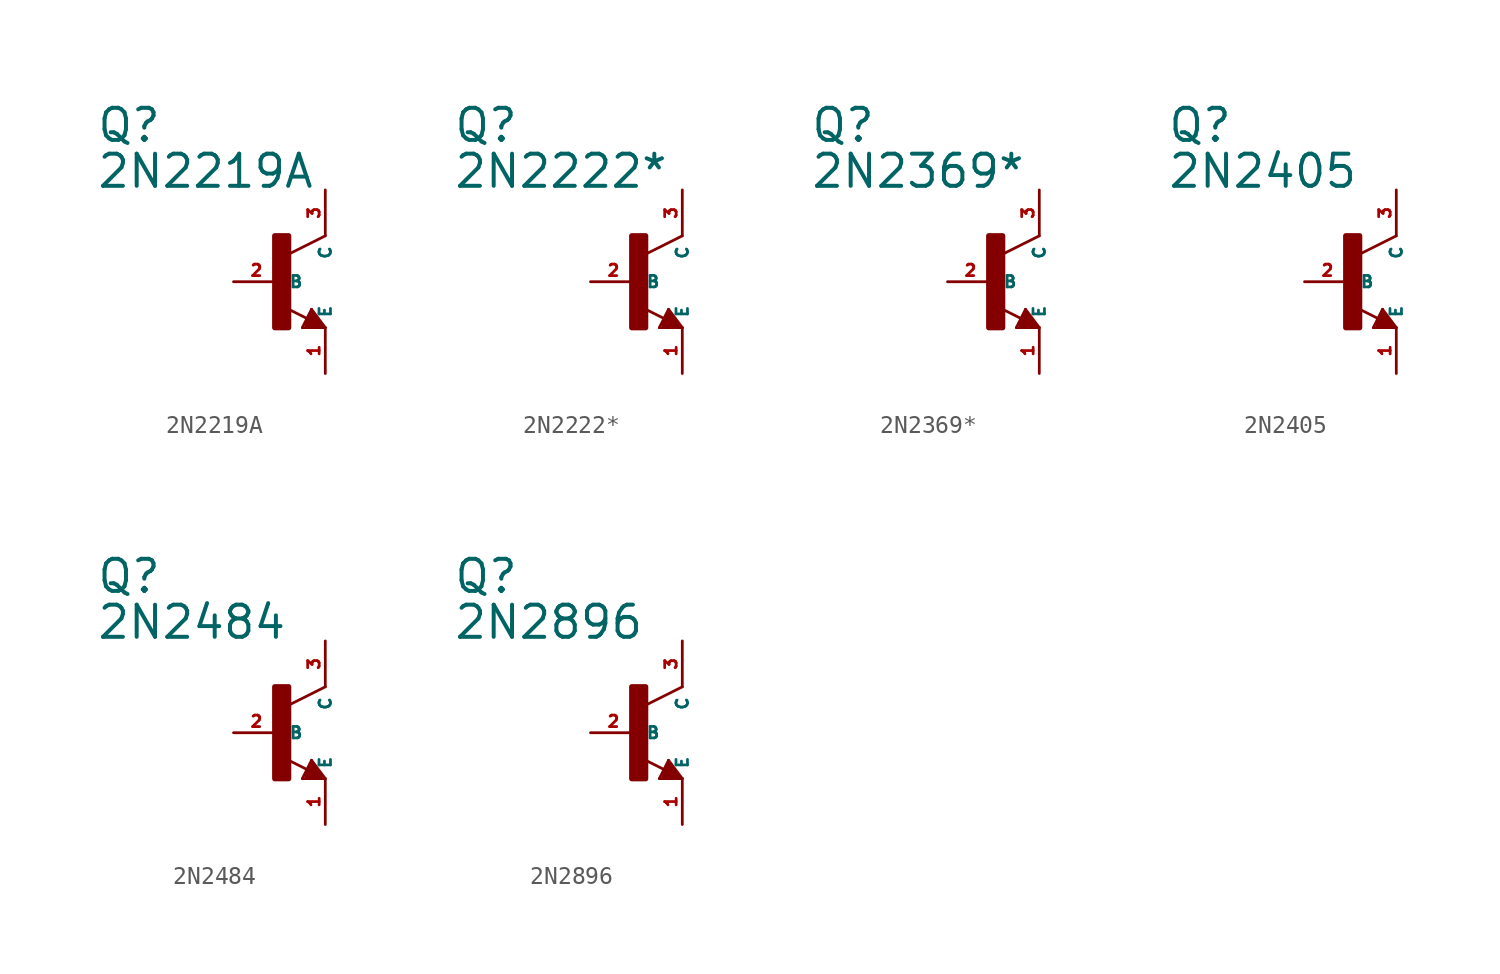
<source format=kicad_sym>
(kicad_symbol_lib
  (version 20220914)
  (generator Eagle2Kicad)
  (symbol "2N2219A"
    (property "Reference" "Q"
      (at -10.16 7.62 0)
      (effects (font (size 1.778 1.778) (thickness 0.22)) (justify left bottom)))
    (property "Value" "2N2219A"
      (at -10.16 5.08 0)
      (effects (font (size 1.778 1.778) (thickness 0.22)) (justify left bottom)))
    (polyline
      (pts (xy 2.54 2.54) (xy 0.508 1.524))
      (stroke (width 0.152) (type default))
      (fill (type none)))
    (polyline
      (pts (xy 1.778 -1.524) (xy 2.54 -2.54))
      (stroke (width 0.152) (type default))
      (fill (type none)))
    (polyline
      (pts (xy 2.54 -2.54) (xy 1.27 -2.54))
      (stroke (width 0.152) (type default))
      (fill (type none)))
    (polyline
      (pts (xy 1.27 -2.54) (xy 1.778 -1.524))
      (stroke (width 0.152) (type default))
      (fill (type none)))
    (polyline
      (pts (xy 1.54 -2.04) (xy 0.308 -1.424))
      (stroke (width 0.152) (type default))
      (fill (type none)))
    (polyline
      (pts (xy 1.524 -2.413) (xy 2.286 -2.413))
      (stroke (width 0.254) (type default))
      (fill (type none)))
    (polyline
      (pts (xy 2.286 -2.413) (xy 1.778 -1.778))
      (stroke (width 0.254) (type default))
      (fill (type none)))
    (polyline
      (pts (xy 1.778 -1.778) (xy 1.524 -2.286))
      (stroke (width 0.254) (type default))
      (fill (type none)))
    (polyline
      (pts (xy 1.524 -2.286) (xy 1.905 -2.286))
      (stroke (width 0.254) (type default))
      (fill (type none)))
    (polyline
      (pts (xy 1.905 -2.286) (xy 1.778 -2.032))
      (stroke (width 0.254) (type default))
      (fill (type none)))
    (rectangle
      (start -0.254 -2.54)
      (end 0.508 2.54)
      (stroke (width 0.3) (type default))
      (fill (type outline)))
    (pin passive line
      (at -2.54 0 0)
      (length 2.54)
      (name "B" (effects (font (size 0.635 0.635) (thickness 0.08)) (justify left bottom)))
      (number "2" (effects (font (size 0.635 0.635) (thickness 0.08)) (justify left bottom))))
    (pin passive line
      (at 2.54 -5.08 90)
      (length 2.54)
      (name "E" (effects (font (size 0.635 0.635) (thickness 0.08)) (justify left bottom)))
      (number "1" (effects (font (size 0.635 0.635) (thickness 0.08)) (justify left bottom))))
    (pin passive line
      (at 2.54 5.08 270)
      (length 2.54)
      (name "C" (effects (font (size 0.635 0.635) (thickness 0.08)) (justify left bottom)))
      (number "3" (effects (font (size 0.635 0.635) (thickness 0.08)) (justify left bottom)))))
  (symbol "2N2222*"
    (property "Reference" "Q"
      (at -10.16 7.62 0)
      (effects (font (size 1.778 1.778) (thickness 0.22)) (justify left bottom)))
    (property "Value" "2N2222*"
      (at -10.16 5.08 0)
      (effects (font (size 1.778 1.778) (thickness 0.22)) (justify left bottom)))
    (polyline
      (pts (xy 2.54 2.54) (xy 0.508 1.524))
      (stroke (width 0.152) (type default))
      (fill (type none)))
    (polyline
      (pts (xy 1.778 -1.524) (xy 2.54 -2.54))
      (stroke (width 0.152) (type default))
      (fill (type none)))
    (polyline
      (pts (xy 2.54 -2.54) (xy 1.27 -2.54))
      (stroke (width 0.152) (type default))
      (fill (type none)))
    (polyline
      (pts (xy 1.27 -2.54) (xy 1.778 -1.524))
      (stroke (width 0.152) (type default))
      (fill (type none)))
    (polyline
      (pts (xy 1.54 -2.04) (xy 0.308 -1.424))
      (stroke (width 0.152) (type default))
      (fill (type none)))
    (polyline
      (pts (xy 1.524 -2.413) (xy 2.286 -2.413))
      (stroke (width 0.254) (type default))
      (fill (type none)))
    (polyline
      (pts (xy 2.286 -2.413) (xy 1.778 -1.778))
      (stroke (width 0.254) (type default))
      (fill (type none)))
    (polyline
      (pts (xy 1.778 -1.778) (xy 1.524 -2.286))
      (stroke (width 0.254) (type default))
      (fill (type none)))
    (polyline
      (pts (xy 1.524 -2.286) (xy 1.905 -2.286))
      (stroke (width 0.254) (type default))
      (fill (type none)))
    (polyline
      (pts (xy 1.905 -2.286) (xy 1.778 -2.032))
      (stroke (width 0.254) (type default))
      (fill (type none)))
    (rectangle
      (start -0.254 -2.54)
      (end 0.508 2.54)
      (stroke (width 0.3) (type default))
      (fill (type outline)))
    (pin passive line
      (at -2.54 0 0)
      (length 2.54)
      (name "B" (effects (font (size 0.635 0.635) (thickness 0.08)) (justify left bottom)))
      (number "2" (effects (font (size 0.635 0.635) (thickness 0.08)) (justify left bottom))))
    (pin passive line
      (at 2.54 -5.08 90)
      (length 2.54)
      (name "E" (effects (font (size 0.635 0.635) (thickness 0.08)) (justify left bottom)))
      (number "1" (effects (font (size 0.635 0.635) (thickness 0.08)) (justify left bottom))))
    (pin passive line
      (at 2.54 5.08 270)
      (length 2.54)
      (name "C" (effects (font (size 0.635 0.635) (thickness 0.08)) (justify left bottom)))
      (number "3" (effects (font (size 0.635 0.635) (thickness 0.08)) (justify left bottom)))))
  (symbol "2N2369*"
    (property "Reference" "Q"
      (at -10.16 7.62 0)
      (effects (font (size 1.778 1.778) (thickness 0.22)) (justify left bottom)))
    (property "Value" "2N2369*"
      (at -10.16 5.08 0)
      (effects (font (size 1.778 1.778) (thickness 0.22)) (justify left bottom)))
    (polyline
      (pts (xy 2.54 2.54) (xy 0.508 1.524))
      (stroke (width 0.152) (type default))
      (fill (type none)))
    (polyline
      (pts (xy 1.778 -1.524) (xy 2.54 -2.54))
      (stroke (width 0.152) (type default))
      (fill (type none)))
    (polyline
      (pts (xy 2.54 -2.54) (xy 1.27 -2.54))
      (stroke (width 0.152) (type default))
      (fill (type none)))
    (polyline
      (pts (xy 1.27 -2.54) (xy 1.778 -1.524))
      (stroke (width 0.152) (type default))
      (fill (type none)))
    (polyline
      (pts (xy 1.54 -2.04) (xy 0.308 -1.424))
      (stroke (width 0.152) (type default))
      (fill (type none)))
    (polyline
      (pts (xy 1.524 -2.413) (xy 2.286 -2.413))
      (stroke (width 0.254) (type default))
      (fill (type none)))
    (polyline
      (pts (xy 2.286 -2.413) (xy 1.778 -1.778))
      (stroke (width 0.254) (type default))
      (fill (type none)))
    (polyline
      (pts (xy 1.778 -1.778) (xy 1.524 -2.286))
      (stroke (width 0.254) (type default))
      (fill (type none)))
    (polyline
      (pts (xy 1.524 -2.286) (xy 1.905 -2.286))
      (stroke (width 0.254) (type default))
      (fill (type none)))
    (polyline
      (pts (xy 1.905 -2.286) (xy 1.778 -2.032))
      (stroke (width 0.254) (type default))
      (fill (type none)))
    (rectangle
      (start -0.254 -2.54)
      (end 0.508 2.54)
      (stroke (width 0.3) (type default))
      (fill (type outline)))
    (pin passive line
      (at -2.54 0 0)
      (length 2.54)
      (name "B" (effects (font (size 0.635 0.635) (thickness 0.08)) (justify left bottom)))
      (number "2" (effects (font (size 0.635 0.635) (thickness 0.08)) (justify left bottom))))
    (pin passive line
      (at 2.54 -5.08 90)
      (length 2.54)
      (name "E" (effects (font (size 0.635 0.635) (thickness 0.08)) (justify left bottom)))
      (number "1" (effects (font (size 0.635 0.635) (thickness 0.08)) (justify left bottom))))
    (pin passive line
      (at 2.54 5.08 270)
      (length 2.54)
      (name "C" (effects (font (size 0.635 0.635) (thickness 0.08)) (justify left bottom)))
      (number "3" (effects (font (size 0.635 0.635) (thickness 0.08)) (justify left bottom)))))
  (symbol "2N2405"
    (property "Reference" "Q"
      (at -10.16 7.62 0)
      (effects (font (size 1.778 1.778) (thickness 0.22)) (justify left bottom)))
    (property "Value" "2N2405"
      (at -10.16 5.08 0)
      (effects (font (size 1.778 1.778) (thickness 0.22)) (justify left bottom)))
    (polyline
      (pts (xy 2.54 2.54) (xy 0.508 1.524))
      (stroke (width 0.152) (type default))
      (fill (type none)))
    (polyline
      (pts (xy 1.778 -1.524) (xy 2.54 -2.54))
      (stroke (width 0.152) (type default))
      (fill (type none)))
    (polyline
      (pts (xy 2.54 -2.54) (xy 1.27 -2.54))
      (stroke (width 0.152) (type default))
      (fill (type none)))
    (polyline
      (pts (xy 1.27 -2.54) (xy 1.778 -1.524))
      (stroke (width 0.152) (type default))
      (fill (type none)))
    (polyline
      (pts (xy 1.54 -2.04) (xy 0.308 -1.424))
      (stroke (width 0.152) (type default))
      (fill (type none)))
    (polyline
      (pts (xy 1.524 -2.413) (xy 2.286 -2.413))
      (stroke (width 0.254) (type default))
      (fill (type none)))
    (polyline
      (pts (xy 2.286 -2.413) (xy 1.778 -1.778))
      (stroke (width 0.254) (type default))
      (fill (type none)))
    (polyline
      (pts (xy 1.778 -1.778) (xy 1.524 -2.286))
      (stroke (width 0.254) (type default))
      (fill (type none)))
    (polyline
      (pts (xy 1.524 -2.286) (xy 1.905 -2.286))
      (stroke (width 0.254) (type default))
      (fill (type none)))
    (polyline
      (pts (xy 1.905 -2.286) (xy 1.778 -2.032))
      (stroke (width 0.254) (type default))
      (fill (type none)))
    (rectangle
      (start -0.254 -2.54)
      (end 0.508 2.54)
      (stroke (width 0.3) (type default))
      (fill (type outline)))
    (pin passive line
      (at -2.54 0 0)
      (length 2.54)
      (name "B" (effects (font (size 0.635 0.635) (thickness 0.08)) (justify left bottom)))
      (number "2" (effects (font (size 0.635 0.635) (thickness 0.08)) (justify left bottom))))
    (pin passive line
      (at 2.54 -5.08 90)
      (length 2.54)
      (name "E" (effects (font (size 0.635 0.635) (thickness 0.08)) (justify left bottom)))
      (number "1" (effects (font (size 0.635 0.635) (thickness 0.08)) (justify left bottom))))
    (pin passive line
      (at 2.54 5.08 270)
      (length 2.54)
      (name "C" (effects (font (size 0.635 0.635) (thickness 0.08)) (justify left bottom)))
      (number "3" (effects (font (size 0.635 0.635) (thickness 0.08)) (justify left bottom)))))
  (symbol "2N2484"
    (property "Reference" "Q"
      (at -10.16 7.62 0)
      (effects (font (size 1.778 1.778) (thickness 0.22)) (justify left bottom)))
    (property "Value" "2N2484"
      (at -10.16 5.08 0)
      (effects (font (size 1.778 1.778) (thickness 0.22)) (justify left bottom)))
    (polyline
      (pts (xy 2.54 2.54) (xy 0.508 1.524))
      (stroke (width 0.152) (type default))
      (fill (type none)))
    (polyline
      (pts (xy 1.778 -1.524) (xy 2.54 -2.54))
      (stroke (width 0.152) (type default))
      (fill (type none)))
    (polyline
      (pts (xy 2.54 -2.54) (xy 1.27 -2.54))
      (stroke (width 0.152) (type default))
      (fill (type none)))
    (polyline
      (pts (xy 1.27 -2.54) (xy 1.778 -1.524))
      (stroke (width 0.152) (type default))
      (fill (type none)))
    (polyline
      (pts (xy 1.54 -2.04) (xy 0.308 -1.424))
      (stroke (width 0.152) (type default))
      (fill (type none)))
    (polyline
      (pts (xy 1.524 -2.413) (xy 2.286 -2.413))
      (stroke (width 0.254) (type default))
      (fill (type none)))
    (polyline
      (pts (xy 2.286 -2.413) (xy 1.778 -1.778))
      (stroke (width 0.254) (type default))
      (fill (type none)))
    (polyline
      (pts (xy 1.778 -1.778) (xy 1.524 -2.286))
      (stroke (width 0.254) (type default))
      (fill (type none)))
    (polyline
      (pts (xy 1.524 -2.286) (xy 1.905 -2.286))
      (stroke (width 0.254) (type default))
      (fill (type none)))
    (polyline
      (pts (xy 1.905 -2.286) (xy 1.778 -2.032))
      (stroke (width 0.254) (type default))
      (fill (type none)))
    (rectangle
      (start -0.254 -2.54)
      (end 0.508 2.54)
      (stroke (width 0.3) (type default))
      (fill (type outline)))
    (pin passive line
      (at -2.54 0 0)
      (length 2.54)
      (name "B" (effects (font (size 0.635 0.635) (thickness 0.08)) (justify left bottom)))
      (number "2" (effects (font (size 0.635 0.635) (thickness 0.08)) (justify left bottom))))
    (pin passive line
      (at 2.54 -5.08 90)
      (length 2.54)
      (name "E" (effects (font (size 0.635 0.635) (thickness 0.08)) (justify left bottom)))
      (number "1" (effects (font (size 0.635 0.635) (thickness 0.08)) (justify left bottom))))
    (pin passive line
      (at 2.54 5.08 270)
      (length 2.54)
      (name "C" (effects (font (size 0.635 0.635) (thickness 0.08)) (justify left bottom)))
      (number "3" (effects (font (size 0.635 0.635) (thickness 0.08)) (justify left bottom)))))
  (symbol "2N2896"
    (property "Reference" "Q"
      (at -10.16 7.62 0)
      (effects (font (size 1.778 1.778) (thickness 0.22)) (justify left bottom)))
    (property "Value" "2N2896"
      (at -10.16 5.08 0)
      (effects (font (size 1.778 1.778) (thickness 0.22)) (justify left bottom)))
    (polyline
      (pts (xy 2.54 2.54) (xy 0.508 1.524))
      (stroke (width 0.152) (type default))
      (fill (type none)))
    (polyline
      (pts (xy 1.778 -1.524) (xy 2.54 -2.54))
      (stroke (width 0.152) (type default))
      (fill (type none)))
    (polyline
      (pts (xy 2.54 -2.54) (xy 1.27 -2.54))
      (stroke (width 0.152) (type default))
      (fill (type none)))
    (polyline
      (pts (xy 1.27 -2.54) (xy 1.778 -1.524))
      (stroke (width 0.152) (type default))
      (fill (type none)))
    (polyline
      (pts (xy 1.54 -2.04) (xy 0.308 -1.424))
      (stroke (width 0.152) (type default))
      (fill (type none)))
    (polyline
      (pts (xy 1.524 -2.413) (xy 2.286 -2.413))
      (stroke (width 0.254) (type default))
      (fill (type none)))
    (polyline
      (pts (xy 2.286 -2.413) (xy 1.778 -1.778))
      (stroke (width 0.254) (type default))
      (fill (type none)))
    (polyline
      (pts (xy 1.778 -1.778) (xy 1.524 -2.286))
      (stroke (width 0.254) (type default))
      (fill (type none)))
    (polyline
      (pts (xy 1.524 -2.286) (xy 1.905 -2.286))
      (stroke (width 0.254) (type default))
      (fill (type none)))
    (polyline
      (pts (xy 1.905 -2.286) (xy 1.778 -2.032))
      (stroke (width 0.254) (type default))
      (fill (type none)))
    (rectangle
      (start -0.254 -2.54)
      (end 0.508 2.54)
      (stroke (width 0.3) (type default))
      (fill (type outline)))
    (pin passive line
      (at -2.54 0 0)
      (length 2.54)
      (name "B" (effects (font (size 0.635 0.635) (thickness 0.08)) (justify left bottom)))
      (number "2" (effects (font (size 0.635 0.635) (thickness 0.08)) (justify left bottom))))
    (pin passive line
      (at 2.54 -5.08 90)
      (length 2.54)
      (name "E" (effects (font (size 0.635 0.635) (thickness 0.08)) (justify left bottom)))
      (number "1" (effects (font (size 0.635 0.635) (thickness 0.08)) (justify left bottom))))
    (pin passive line
      (at 2.54 5.08 270)
      (length 2.54)
      (name "C" (effects (font (size 0.635 0.635) (thickness 0.08)) (justify left bottom)))
      (number "3" (effects (font (size 0.635 0.635) (thickness 0.08)) (justify left bottom))))))
</source>
